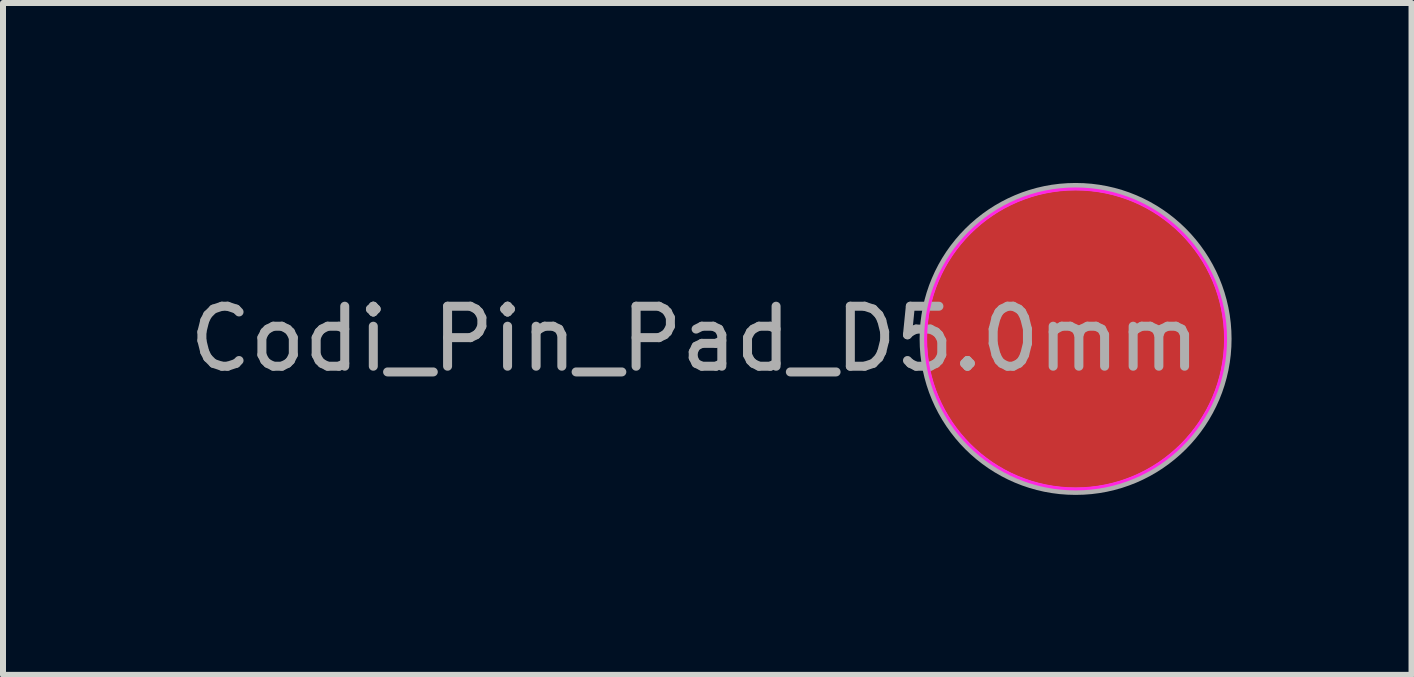
<source format=kicad_pcb>
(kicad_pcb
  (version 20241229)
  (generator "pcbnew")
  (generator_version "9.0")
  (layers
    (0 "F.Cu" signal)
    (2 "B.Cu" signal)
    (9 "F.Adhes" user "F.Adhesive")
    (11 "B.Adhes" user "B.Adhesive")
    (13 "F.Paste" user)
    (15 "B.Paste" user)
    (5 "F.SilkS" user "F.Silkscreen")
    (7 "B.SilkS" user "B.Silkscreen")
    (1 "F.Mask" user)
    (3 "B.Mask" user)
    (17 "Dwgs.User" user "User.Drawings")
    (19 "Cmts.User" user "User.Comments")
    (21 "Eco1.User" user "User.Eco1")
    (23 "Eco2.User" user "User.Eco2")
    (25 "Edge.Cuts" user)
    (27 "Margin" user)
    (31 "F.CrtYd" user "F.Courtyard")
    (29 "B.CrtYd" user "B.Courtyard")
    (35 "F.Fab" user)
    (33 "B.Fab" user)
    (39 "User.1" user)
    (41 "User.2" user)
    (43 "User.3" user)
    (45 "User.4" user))
  (footprint "Codi_Pin_Pad_D5.0mm"
    (layer "F.Cu")
    (at 14.88 2.6)
    (property "Reference" "Codi_Pin_Pad_D5.0mm" (at -6.35 0 0) (layer "F.Fab") (effects (font (size 1 1) (thickness 0.15))))
    (attr exclude_from_pos_files exclude_from_bom)
    (fp_circle (center 0 0) (end 2.5 0) (stroke (width 0.05) (type solid)) (fill no) (layer "F.CrtYd"))
    (fp_circle (center 0 0) (end 2.54 0) (stroke (width 0.12) (type solid)) (fill no) (layer "F.Fab"))
    (pad "1" smd circle (at 0 0) (size 5 5) (layers "F.Cu" "F.Mask")))
  (gr_rect
    (start -3 -3)
    (end 20.48 8.2)
    (stroke (width 0.1) (type default))
    (fill no)
    (layer "Edge.Cuts")))
</source>
